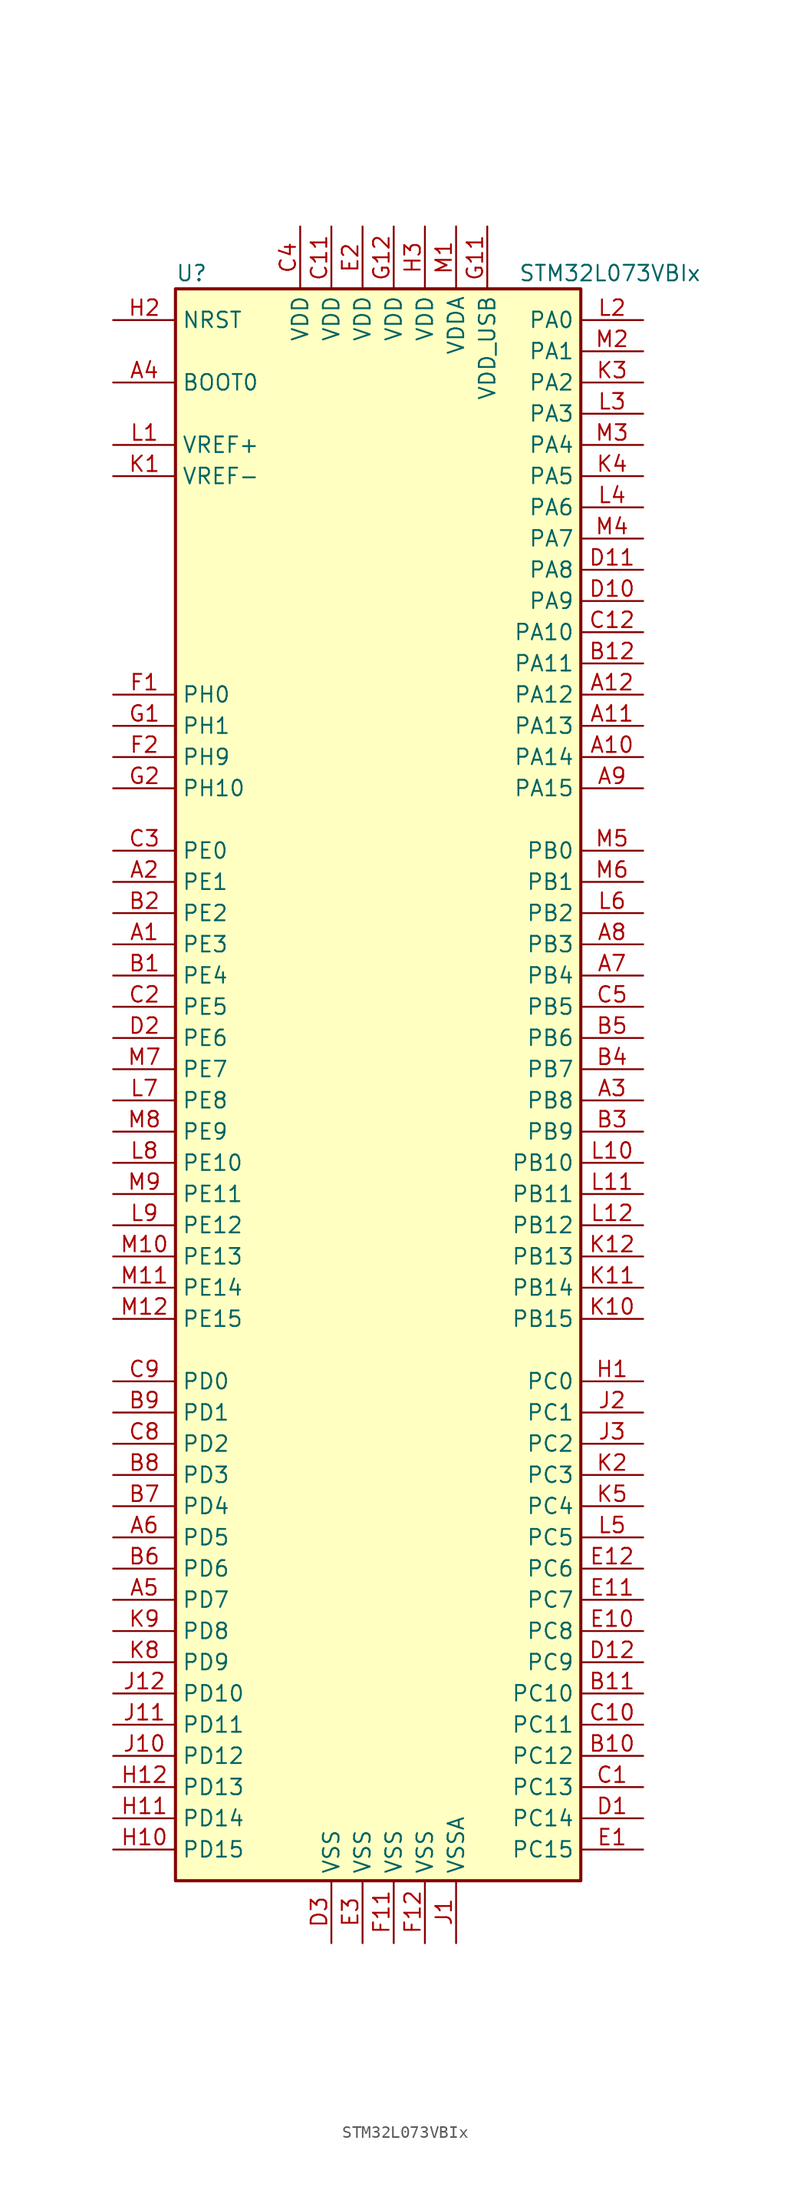
<source format=kicad_sym>
(kicad_symbol_lib
  (version 20211014)
  (generator kicad_symbol_editor)
  (symbol "STM32L073VBIx"
    (property "Reference" "U"
      (at -17.78 64.77 0)
      (effects (font (size 1.27 1.27)) (justify left)))
    (property "Value" "STM32L073VBIx"
      (at 10.16 64.77 0)
      (effects (font (size 1.27 1.27)) (justify left)))
    (symbol "STM32L073VBIx_0_1"
      (rectangle (start -17.78 -66.04) (end 15.24 63.5) (stroke (width 0.254) (type default) (color 0 0 0 0)) (fill (type background))))
    (symbol "STM32L073VBIx_1_1"
      (pin bidirectional line (at -22.86 10.16 0) (length 5.08) (name "PE3" (effects (font (size 1.27 1.27)))) (number "A1" (effects (font (size 1.27 1.27)))))
      (pin bidirectional line (at 20.32 25.4 180) (length 5.08) (name "PA14" (effects (font (size 1.27 1.27)))) (number "A10" (effects (font (size 1.27 1.27)))))
      (pin bidirectional line (at 20.32 27.94 180) (length 5.08) (name "PA13" (effects (font (size 1.27 1.27)))) (number "A11" (effects (font (size 1.27 1.27)))))
      (pin bidirectional line (at 20.32 30.48 180) (length 5.08) (name "PA12" (effects (font (size 1.27 1.27)))) (number "A12" (effects (font (size 1.27 1.27)))))
      (pin bidirectional line (at -22.86 15.24 0) (length 5.08) (name "PE1" (effects (font (size 1.27 1.27)))) (number "A2" (effects (font (size 1.27 1.27)))))
      (pin bidirectional line (at 20.32 -2.54 180) (length 5.08) (name "PB8" (effects (font (size 1.27 1.27)))) (number "A3" (effects (font (size 1.27 1.27)))))
      (pin input line (at -22.86 55.88 0) (length 5.08) (name "BOOT0" (effects (font (size 1.27 1.27)))) (number "A4" (effects (font (size 1.27 1.27)))))
      (pin bidirectional line (at -22.86 -43.18 0) (length 5.08) (name "PD7" (effects (font (size 1.27 1.27)))) (number "A5" (effects (font (size 1.27 1.27)))))
      (pin bidirectional line (at -22.86 -38.1 0) (length 5.08) (name "PD5" (effects (font (size 1.27 1.27)))) (number "A6" (effects (font (size 1.27 1.27)))))
      (pin bidirectional line (at 20.32 7.62 180) (length 5.08) (name "PB4" (effects (font (size 1.27 1.27)))) (number "A7" (effects (font (size 1.27 1.27)))))
      (pin bidirectional line (at 20.32 10.16 180) (length 5.08) (name "PB3" (effects (font (size 1.27 1.27)))) (number "A8" (effects (font (size 1.27 1.27)))))
      (pin bidirectional line (at 20.32 22.86 180) (length 5.08) (name "PA15" (effects (font (size 1.27 1.27)))) (number "A9" (effects (font (size 1.27 1.27)))))
      (pin bidirectional line (at -22.86 7.62 0) (length 5.08) (name "PE4" (effects (font (size 1.27 1.27)))) (number "B1" (effects (font (size 1.27 1.27)))))
      (pin bidirectional line (at 20.32 -55.88 180) (length 5.08) (name "PC12" (effects (font (size 1.27 1.27)))) (number "B10" (effects (font (size 1.27 1.27)))))
      (pin bidirectional line (at 20.32 -50.8 180) (length 5.08) (name "PC10" (effects (font (size 1.27 1.27)))) (number "B11" (effects (font (size 1.27 1.27)))))
      (pin bidirectional line (at 20.32 33.02 180) (length 5.08) (name "PA11" (effects (font (size 1.27 1.27)))) (number "B12" (effects (font (size 1.27 1.27)))))
      (pin bidirectional line (at -22.86 12.7 0) (length 5.08) (name "PE2" (effects (font (size 1.27 1.27)))) (number "B2" (effects (font (size 1.27 1.27)))))
      (pin bidirectional line (at 20.32 -5.08 180) (length 5.08) (name "PB9" (effects (font (size 1.27 1.27)))) (number "B3" (effects (font (size 1.27 1.27)))))
      (pin bidirectional line (at 20.32 0 180) (length 5.08) (name "PB7" (effects (font (size 1.27 1.27)))) (number "B4" (effects (font (size 1.27 1.27)))))
      (pin bidirectional line (at 20.32 2.54 180) (length 5.08) (name "PB6" (effects (font (size 1.27 1.27)))) (number "B5" (effects (font (size 1.27 1.27)))))
      (pin bidirectional line (at -22.86 -40.64 0) (length 5.08) (name "PD6" (effects (font (size 1.27 1.27)))) (number "B6" (effects (font (size 1.27 1.27)))))
      (pin bidirectional line (at -22.86 -35.56 0) (length 5.08) (name "PD4" (effects (font (size 1.27 1.27)))) (number "B7" (effects (font (size 1.27 1.27)))))
      (pin bidirectional line (at -22.86 -33.02 0) (length 5.08) (name "PD3" (effects (font (size 1.27 1.27)))) (number "B8" (effects (font (size 1.27 1.27)))))
      (pin bidirectional line (at -22.86 -27.94 0) (length 5.08) (name "PD1" (effects (font (size 1.27 1.27)))) (number "B9" (effects (font (size 1.27 1.27)))))
      (pin bidirectional line (at 20.32 -58.42 180) (length 5.08) (name "PC13" (effects (font (size 1.27 1.27)))) (number "C1" (effects (font (size 1.27 1.27)))))
      (pin bidirectional line (at 20.32 -53.34 180) (length 5.08) (name "PC11" (effects (font (size 1.27 1.27)))) (number "C10" (effects (font (size 1.27 1.27)))))
      (pin power_in line (at -5.08 68.58 270) (length 5.08) (name "VDD" (effects (font (size 1.27 1.27)))) (number "C11" (effects (font (size 1.27 1.27)))))
      (pin bidirectional line (at 20.32 35.56 180) (length 5.08) (name "PA10" (effects (font (size 1.27 1.27)))) (number "C12" (effects (font (size 1.27 1.27)))))
      (pin bidirectional line (at -22.86 5.08 0) (length 5.08) (name "PE5" (effects (font (size 1.27 1.27)))) (number "C2" (effects (font (size 1.27 1.27)))))
      (pin bidirectional line (at -22.86 17.78 0) (length 5.08) (name "PE0" (effects (font (size 1.27 1.27)))) (number "C3" (effects (font (size 1.27 1.27)))))
      (pin power_in line (at -7.62 68.58 270) (length 5.08) (name "VDD" (effects (font (size 1.27 1.27)))) (number "C4" (effects (font (size 1.27 1.27)))))
      (pin bidirectional line (at 20.32 5.08 180) (length 5.08) (name "PB5" (effects (font (size 1.27 1.27)))) (number "C5" (effects (font (size 1.27 1.27)))))
      (pin bidirectional line (at -22.86 -30.48 0) (length 5.08) (name "PD2" (effects (font (size 1.27 1.27)))) (number "C8" (effects (font (size 1.27 1.27)))))
      (pin bidirectional line (at -22.86 -25.4 0) (length 5.08) (name "PD0" (effects (font (size 1.27 1.27)))) (number "C9" (effects (font (size 1.27 1.27)))))
      (pin bidirectional line (at 20.32 -60.96 180) (length 5.08) (name "PC14" (effects (font (size 1.27 1.27)))) (number "D1" (effects (font (size 1.27 1.27)))))
      (pin bidirectional line (at 20.32 38.1 180) (length 5.08) (name "PA9" (effects (font (size 1.27 1.27)))) (number "D10" (effects (font (size 1.27 1.27)))))
      (pin bidirectional line (at 20.32 40.64 180) (length 5.08) (name "PA8" (effects (font (size 1.27 1.27)))) (number "D11" (effects (font (size 1.27 1.27)))))
      (pin bidirectional line (at 20.32 -48.26 180) (length 5.08) (name "PC9" (effects (font (size 1.27 1.27)))) (number "D12" (effects (font (size 1.27 1.27)))))
      (pin bidirectional line (at -22.86 2.54 0) (length 5.08) (name "PE6" (effects (font (size 1.27 1.27)))) (number "D2" (effects (font (size 1.27 1.27)))))
      (pin power_in line (at -5.08 -71.12 90) (length 5.08) (name "VSS" (effects (font (size 1.27 1.27)))) (number "D3" (effects (font (size 1.27 1.27)))))
      (pin bidirectional line (at 20.32 -63.5 180) (length 5.08) (name "PC15" (effects (font (size 1.27 1.27)))) (number "E1" (effects (font (size 1.27 1.27)))))
      (pin bidirectional line (at 20.32 -45.72 180) (length 5.08) (name "PC8" (effects (font (size 1.27 1.27)))) (number "E10" (effects (font (size 1.27 1.27)))))
      (pin bidirectional line (at 20.32 -43.18 180) (length 5.08) (name "PC7" (effects (font (size 1.27 1.27)))) (number "E11" (effects (font (size 1.27 1.27)))))
      (pin bidirectional line (at 20.32 -40.64 180) (length 5.08) (name "PC6" (effects (font (size 1.27 1.27)))) (number "E12" (effects (font (size 1.27 1.27)))))
      (pin power_in line (at -2.54 68.58 270) (length 5.08) (name "VDD" (effects (font (size 1.27 1.27)))) (number "E2" (effects (font (size 1.27 1.27)))))
      (pin power_in line (at -2.54 -71.12 90) (length 5.08) (name "VSS" (effects (font (size 1.27 1.27)))) (number "E3" (effects (font (size 1.27 1.27)))))
      (pin input line (at -22.86 30.48 0) (length 5.08) (name "PH0" (effects (font (size 1.27 1.27)))) (number "F1" (effects (font (size 1.27 1.27)))))
      (pin power_in line (at 0 -71.12 90) (length 5.08) (name "VSS" (effects (font (size 1.27 1.27)))) (number "F11" (effects (font (size 1.27 1.27)))))
      (pin power_in line (at 2.54 -71.12 90) (length 5.08) (name "VSS" (effects (font (size 1.27 1.27)))) (number "F12" (effects (font (size 1.27 1.27)))))
      (pin bidirectional line (at -22.86 25.4 0) (length 5.08) (name "PH9" (effects (font (size 1.27 1.27)))) (number "F2" (effects (font (size 1.27 1.27)))))
      (pin input line (at -22.86 27.94 0) (length 5.08) (name "PH1" (effects (font (size 1.27 1.27)))) (number "G1" (effects (font (size 1.27 1.27)))))
      (pin power_in line (at 7.62 68.58 270) (length 5.08) (name "VDD_USB" (effects (font (size 1.27 1.27)))) (number "G11" (effects (font (size 1.27 1.27)))))
      (pin power_in line (at 0 68.58 270) (length 5.08) (name "VDD" (effects (font (size 1.27 1.27)))) (number "G12" (effects (font (size 1.27 1.27)))))
      (pin bidirectional line (at -22.86 22.86 0) (length 5.08) (name "PH10" (effects (font (size 1.27 1.27)))) (number "G2" (effects (font (size 1.27 1.27)))))
      (pin bidirectional line (at 20.32 -25.4 180) (length 5.08) (name "PC0" (effects (font (size 1.27 1.27)))) (number "H1" (effects (font (size 1.27 1.27)))))
      (pin bidirectional line (at -22.86 -63.5 0) (length 5.08) (name "PD15" (effects (font (size 1.27 1.27)))) (number "H10" (effects (font (size 1.27 1.27)))))
      (pin bidirectional line (at -22.86 -60.96 0) (length 5.08) (name "PD14" (effects (font (size 1.27 1.27)))) (number "H11" (effects (font (size 1.27 1.27)))))
      (pin bidirectional line (at -22.86 -58.42 0) (length 5.08) (name "PD13" (effects (font (size 1.27 1.27)))) (number "H12" (effects (font (size 1.27 1.27)))))
      (pin input line (at -22.86 60.96 0) (length 5.08) (name "NRST" (effects (font (size 1.27 1.27)))) (number "H2" (effects (font (size 1.27 1.27)))))
      (pin power_in line (at 2.54 68.58 270) (length 5.08) (name "VDD" (effects (font (size 1.27 1.27)))) (number "H3" (effects (font (size 1.27 1.27)))))
      (pin power_in line (at 5.08 -71.12 90) (length 5.08) (name "VSSA" (effects (font (size 1.27 1.27)))) (number "J1" (effects (font (size 1.27 1.27)))))
      (pin bidirectional line (at -22.86 -55.88 0) (length 5.08) (name "PD12" (effects (font (size 1.27 1.27)))) (number "J10" (effects (font (size 1.27 1.27)))))
      (pin bidirectional line (at -22.86 -53.34 0) (length 5.08) (name "PD11" (effects (font (size 1.27 1.27)))) (number "J11" (effects (font (size 1.27 1.27)))))
      (pin bidirectional line (at -22.86 -50.8 0) (length 5.08) (name "PD10" (effects (font (size 1.27 1.27)))) (number "J12" (effects (font (size 1.27 1.27)))))
      (pin bidirectional line (at 20.32 -27.94 180) (length 5.08) (name "PC1" (effects (font (size 1.27 1.27)))) (number "J2" (effects (font (size 1.27 1.27)))))
      (pin bidirectional line (at 20.32 -30.48 180) (length 5.08) (name "PC2" (effects (font (size 1.27 1.27)))) (number "J3" (effects (font (size 1.27 1.27)))))
      (pin power_in line (at -22.86 48.26 0) (length 5.08) (name "VREF-" (effects (font (size 1.27 1.27)))) (number "K1" (effects (font (size 1.27 1.27)))))
      (pin bidirectional line (at 20.32 -20.32 180) (length 5.08) (name "PB15" (effects (font (size 1.27 1.27)))) (number "K10" (effects (font (size 1.27 1.27)))))
      (pin bidirectional line (at 20.32 -17.78 180) (length 5.08) (name "PB14" (effects (font (size 1.27 1.27)))) (number "K11" (effects (font (size 1.27 1.27)))))
      (pin bidirectional line (at 20.32 -15.24 180) (length 5.08) (name "PB13" (effects (font (size 1.27 1.27)))) (number "K12" (effects (font (size 1.27 1.27)))))
      (pin bidirectional line (at 20.32 -33.02 180) (length 5.08) (name "PC3" (effects (font (size 1.27 1.27)))) (number "K2" (effects (font (size 1.27 1.27)))))
      (pin bidirectional line (at 20.32 55.88 180) (length 5.08) (name "PA2" (effects (font (size 1.27 1.27)))) (number "K3" (effects (font (size 1.27 1.27)))))
      (pin bidirectional line (at 20.32 48.26 180) (length 5.08) (name "PA5" (effects (font (size 1.27 1.27)))) (number "K4" (effects (font (size 1.27 1.27)))))
      (pin bidirectional line (at 20.32 -35.56 180) (length 5.08) (name "PC4" (effects (font (size 1.27 1.27)))) (number "K5" (effects (font (size 1.27 1.27)))))
      (pin bidirectional line (at -22.86 -48.26 0) (length 5.08) (name "PD9" (effects (font (size 1.27 1.27)))) (number "K8" (effects (font (size 1.27 1.27)))))
      (pin bidirectional line (at -22.86 -45.72 0) (length 5.08) (name "PD8" (effects (font (size 1.27 1.27)))) (number "K9" (effects (font (size 1.27 1.27)))))
      (pin power_in line (at -22.86 50.8 0) (length 5.08) (name "VREF+" (effects (font (size 1.27 1.27)))) (number "L1" (effects (font (size 1.27 1.27)))))
      (pin bidirectional line (at 20.32 -7.62 180) (length 5.08) (name "PB10" (effects (font (size 1.27 1.27)))) (number "L10" (effects (font (size 1.27 1.27)))))
      (pin bidirectional line (at 20.32 -10.16 180) (length 5.08) (name "PB11" (effects (font (size 1.27 1.27)))) (number "L11" (effects (font (size 1.27 1.27)))))
      (pin bidirectional line (at 20.32 -12.7 180) (length 5.08) (name "PB12" (effects (font (size 1.27 1.27)))) (number "L12" (effects (font (size 1.27 1.27)))))
      (pin bidirectional line (at 20.32 60.96 180) (length 5.08) (name "PA0" (effects (font (size 1.27 1.27)))) (number "L2" (effects (font (size 1.27 1.27)))))
      (pin bidirectional line (at 20.32 53.34 180) (length 5.08) (name "PA3" (effects (font (size 1.27 1.27)))) (number "L3" (effects (font (size 1.27 1.27)))))
      (pin bidirectional line (at 20.32 45.72 180) (length 5.08) (name "PA6" (effects (font (size 1.27 1.27)))) (number "L4" (effects (font (size 1.27 1.27)))))
      (pin bidirectional line (at 20.32 -38.1 180) (length 5.08) (name "PC5" (effects (font (size 1.27 1.27)))) (number "L5" (effects (font (size 1.27 1.27)))))
      (pin bidirectional line (at 20.32 12.7 180) (length 5.08) (name "PB2" (effects (font (size 1.27 1.27)))) (number "L6" (effects (font (size 1.27 1.27)))))
      (pin bidirectional line (at -22.86 -2.54 0) (length 5.08) (name "PE8" (effects (font (size 1.27 1.27)))) (number "L7" (effects (font (size 1.27 1.27)))))
      (pin bidirectional line (at -22.86 -7.62 0) (length 5.08) (name "PE10" (effects (font (size 1.27 1.27)))) (number "L8" (effects (font (size 1.27 1.27)))))
      (pin bidirectional line (at -22.86 -12.7 0) (length 5.08) (name "PE12" (effects (font (size 1.27 1.27)))) (number "L9" (effects (font (size 1.27 1.27)))))
      (pin power_in line (at 5.08 68.58 270) (length 5.08) (name "VDDA" (effects (font (size 1.27 1.27)))) (number "M1" (effects (font (size 1.27 1.27)))))
      (pin bidirectional line (at -22.86 -15.24 0) (length 5.08) (name "PE13" (effects (font (size 1.27 1.27)))) (number "M10" (effects (font (size 1.27 1.27)))))
      (pin bidirectional line (at -22.86 -17.78 0) (length 5.08) (name "PE14" (effects (font (size 1.27 1.27)))) (number "M11" (effects (font (size 1.27 1.27)))))
      (pin bidirectional line (at -22.86 -20.32 0) (length 5.08) (name "PE15" (effects (font (size 1.27 1.27)))) (number "M12" (effects (font (size 1.27 1.27)))))
      (pin bidirectional line (at 20.32 58.42 180) (length 5.08) (name "PA1" (effects (font (size 1.27 1.27)))) (number "M2" (effects (font (size 1.27 1.27)))))
      (pin bidirectional line (at 20.32 50.8 180) (length 5.08) (name "PA4" (effects (font (size 1.27 1.27)))) (number "M3" (effects (font (size 1.27 1.27)))))
      (pin bidirectional line (at 20.32 43.18 180) (length 5.08) (name "PA7" (effects (font (size 1.27 1.27)))) (number "M4" (effects (font (size 1.27 1.27)))))
      (pin bidirectional line (at 20.32 17.78 180) (length 5.08) (name "PB0" (effects (font (size 1.27 1.27)))) (number "M5" (effects (font (size 1.27 1.27)))))
      (pin bidirectional line (at 20.32 15.24 180) (length 5.08) (name "PB1" (effects (font (size 1.27 1.27)))) (number "M6" (effects (font (size 1.27 1.27)))))
      (pin bidirectional line (at -22.86 0 0) (length 5.08) (name "PE7" (effects (font (size 1.27 1.27)))) (number "M7" (effects (font (size 1.27 1.27)))))
      (pin bidirectional line (at -22.86 -5.08 0) (length 5.08) (name "PE9" (effects (font (size 1.27 1.27)))) (number "M8" (effects (font (size 1.27 1.27)))))
      (pin bidirectional line (at -22.86 -10.16 0) (length 5.08) (name "PE11" (effects (font (size 1.27 1.27)))) (number "M9" (effects (font (size 1.27 1.27))))))))
</source>
